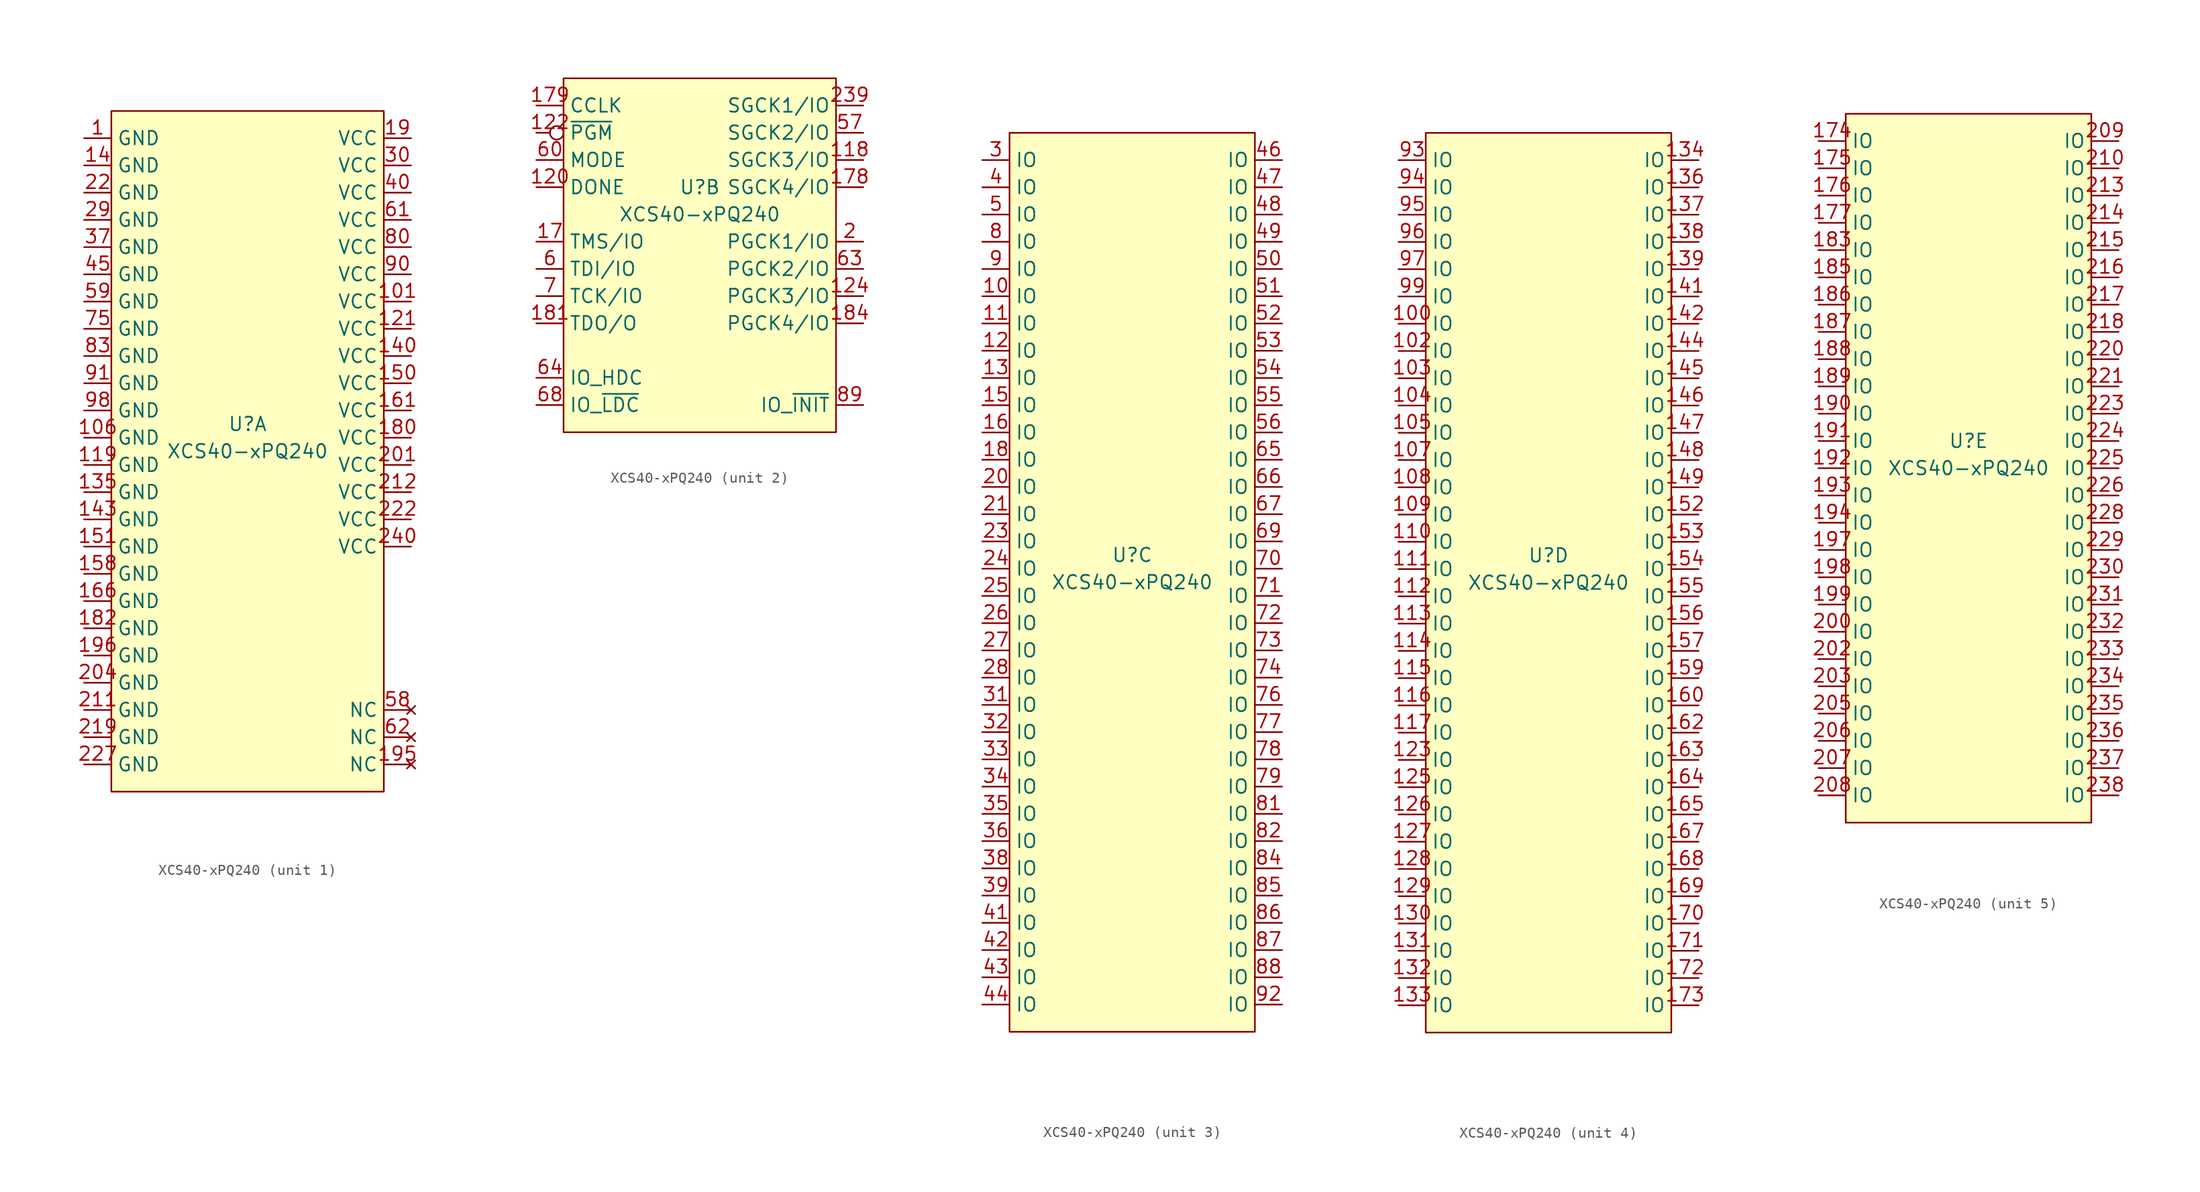
<source format=kicad_sym>
(kicad_symbol_lib
  (version 20220914)
  (generator kicad_symbol_editor)
  (symbol "XCS40-xPQ240"
    (property "Reference" "U"
      (at 0 2.54 0)
      (effects (font (size 1.27 1.27))))
    (property "Value" "XCS40-xPQ240"
      (at 0 0 0)
      (effects (font (size 1.27 1.27))))
    (property "ki_locked" ""
      (at 0 0 0)
      (effects (font (size 1.27 1.27))))
    (symbol "XCS40-xPQ240_1_0"
      (pin power_in line (at -15.24 29.21 0) (length 2.54) (name "GND" (effects (font (size 1.27 1.27)))) (number "1" (effects (font (size 1.27 1.27)))))
      (pin power_in line (at 15.24 13.97 180) (length 2.54) (name "VCC" (effects (font (size 1.27 1.27)))) (number "101" (effects (font (size 1.27 1.27)))))
      (pin power_in line (at -15.24 1.27 0) (length 2.54) (name "GND" (effects (font (size 1.27 1.27)))) (number "106" (effects (font (size 1.27 1.27)))))
      (pin power_in line (at -15.24 -1.27 0) (length 2.54) (name "GND" (effects (font (size 1.27 1.27)))) (number "119" (effects (font (size 1.27 1.27)))))
      (pin power_in line (at -15.24 26.67 0) (length 2.54) (name "GND" (effects (font (size 1.27 1.27)))) (number "14" (effects (font (size 1.27 1.27)))))
      (pin power_in line (at -15.24 -6.35 0) (length 2.54) (name "GND" (effects (font (size 1.27 1.27)))) (number "143" (effects (font (size 1.27 1.27)))))
      (pin power_in line (at -15.24 -8.89 0) (length 2.54) (name "GND" (effects (font (size 1.27 1.27)))) (number "151" (effects (font (size 1.27 1.27)))))
      (pin power_in line (at -15.24 -11.43 0) (length 2.54) (name "GND" (effects (font (size 1.27 1.27)))) (number "158" (effects (font (size 1.27 1.27)))))
      (pin power_in line (at 15.24 3.81 180) (length 2.54) (name "VCC" (effects (font (size 1.27 1.27)))) (number "161" (effects (font (size 1.27 1.27)))))
      (pin power_in line (at -15.24 -13.97 0) (length 2.54) (name "GND" (effects (font (size 1.27 1.27)))) (number "166" (effects (font (size 1.27 1.27)))))
      (pin power_in line (at 15.24 29.21 180) (length 2.54) (name "VCC" (effects (font (size 1.27 1.27)))) (number "19" (effects (font (size 1.27 1.27)))))
      (pin no_connect line (at 15.24 -29.21 180) (length 2.54) (name "NC" (effects (font (size 1.27 1.27)))) (number "195" (effects (font (size 1.27 1.27)))))
      (pin power_in line (at -15.24 -19.05 0) (length 2.54) (name "GND" (effects (font (size 1.27 1.27)))) (number "196" (effects (font (size 1.27 1.27)))))
      (pin power_in line (at 15.24 -1.27 180) (length 2.54) (name "VCC" (effects (font (size 1.27 1.27)))) (number "201" (effects (font (size 1.27 1.27)))))
      (pin power_in line (at -15.24 -21.59 0) (length 2.54) (name "GND" (effects (font (size 1.27 1.27)))) (number "204" (effects (font (size 1.27 1.27)))))
      (pin power_in line (at -15.24 -26.67 0) (length 2.54) (name "GND" (effects (font (size 1.27 1.27)))) (number "219" (effects (font (size 1.27 1.27)))))
      (pin power_in line (at 15.24 -6.35 180) (length 2.54) (name "VCC" (effects (font (size 1.27 1.27)))) (number "222" (effects (font (size 1.27 1.27)))))
      (pin power_in line (at -15.24 -29.21 0) (length 2.54) (name "GND" (effects (font (size 1.27 1.27)))) (number "227" (effects (font (size 1.27 1.27)))))
      (pin power_in line (at -15.24 21.59 0) (length 2.54) (name "GND" (effects (font (size 1.27 1.27)))) (number "29" (effects (font (size 1.27 1.27)))))
      (pin power_in line (at 15.24 26.67 180) (length 2.54) (name "VCC" (effects (font (size 1.27 1.27)))) (number "30" (effects (font (size 1.27 1.27)))))
      (pin power_in line (at 15.24 24.13 180) (length 2.54) (name "VCC" (effects (font (size 1.27 1.27)))) (number "40" (effects (font (size 1.27 1.27)))))
      (pin power_in line (at -15.24 16.51 0) (length 2.54) (name "GND" (effects (font (size 1.27 1.27)))) (number "45" (effects (font (size 1.27 1.27)))))
      (pin power_in line (at 15.24 21.59 180) (length 2.54) (name "VCC" (effects (font (size 1.27 1.27)))) (number "61" (effects (font (size 1.27 1.27)))))
      (pin no_connect line (at 15.24 -26.67 180) (length 2.54) (name "NC" (effects (font (size 1.27 1.27)))) (number "62" (effects (font (size 1.27 1.27)))))
      (pin power_in line (at -15.24 11.43 0) (length 2.54) (name "GND" (effects (font (size 1.27 1.27)))) (number "75" (effects (font (size 1.27 1.27)))))
      (pin power_in line (at 15.24 19.05 180) (length 2.54) (name "VCC" (effects (font (size 1.27 1.27)))) (number "80" (effects (font (size 1.27 1.27)))))
      (pin power_in line (at -15.24 8.89 0) (length 2.54) (name "GND" (effects (font (size 1.27 1.27)))) (number "83" (effects (font (size 1.27 1.27)))))
      (pin power_in line (at -15.24 3.81 0) (length 2.54) (name "GND" (effects (font (size 1.27 1.27)))) (number "98" (effects (font (size 1.27 1.27))))))
    (symbol "XCS40-xPQ240_1_1"
      (rectangle (start -12.7 31.75) (end 12.7 -31.75) (stroke (width 0) (type default)) (fill (type background)))
      (pin power_in line (at 15.24 11.43 180) (length 2.54) (name "VCC" (effects (font (size 1.27 1.27)))) (number "121" (effects (font (size 1.27 1.27)))))
      (pin power_in line (at -15.24 -3.81 0) (length 2.54) (name "GND" (effects (font (size 1.27 1.27)))) (number "135" (effects (font (size 1.27 1.27)))))
      (pin power_in line (at 15.24 8.89 180) (length 2.54) (name "VCC" (effects (font (size 1.27 1.27)))) (number "140" (effects (font (size 1.27 1.27)))))
      (pin power_in line (at 15.24 6.35 180) (length 2.54) (name "VCC" (effects (font (size 1.27 1.27)))) (number "150" (effects (font (size 1.27 1.27)))))
      (pin power_in line (at 15.24 1.27 180) (length 2.54) (name "VCC" (effects (font (size 1.27 1.27)))) (number "180" (effects (font (size 1.27 1.27)))))
      (pin power_in line (at -15.24 -16.51 0) (length 2.54) (name "GND" (effects (font (size 1.27 1.27)))) (number "182" (effects (font (size 1.27 1.27)))))
      (pin power_in line (at -15.24 -24.13 0) (length 2.54) (name "GND" (effects (font (size 1.27 1.27)))) (number "211" (effects (font (size 1.27 1.27)))))
      (pin power_in line (at 15.24 -3.81 180) (length 2.54) (name "VCC" (effects (font (size 1.27 1.27)))) (number "212" (effects (font (size 1.27 1.27)))))
      (pin power_in line (at -15.24 24.13 0) (length 2.54) (name "GND" (effects (font (size 1.27 1.27)))) (number "22" (effects (font (size 1.27 1.27)))))
      (pin power_in line (at 15.24 -8.89 180) (length 2.54) (name "VCC" (effects (font (size 1.27 1.27)))) (number "240" (effects (font (size 1.27 1.27)))))
      (pin power_in line (at -15.24 19.05 0) (length 2.54) (name "GND" (effects (font (size 1.27 1.27)))) (number "37" (effects (font (size 1.27 1.27)))))
      (pin no_connect line (at 15.24 -24.13 180) (length 2.54) (name "NC" (effects (font (size 1.27 1.27)))) (number "58" (effects (font (size 1.27 1.27)))))
      (pin power_in line (at -15.24 13.97 0) (length 2.54) (name "GND" (effects (font (size 1.27 1.27)))) (number "59" (effects (font (size 1.27 1.27)))))
      (pin power_in line (at 15.24 16.51 180) (length 2.54) (name "VCC" (effects (font (size 1.27 1.27)))) (number "90" (effects (font (size 1.27 1.27)))))
      (pin power_in line (at -15.24 6.35 0) (length 2.54) (name "GND" (effects (font (size 1.27 1.27)))) (number "91" (effects (font (size 1.27 1.27))))))
    (symbol "XCS40-xPQ240_2_0"
      (pin bidirectional line (at 15.24 5.08 180) (length 2.54) (name "SGCK3/IO" (effects (font (size 1.27 1.27)))) (number "118" (effects (font (size 1.27 1.27)))))
      (pin bidirectional line (at -15.24 2.54 0) (length 2.54) (name "DONE" (effects (font (size 1.27 1.27)))) (number "120" (effects (font (size 1.27 1.27)))))
      (pin bidirectional line (at -15.24 -2.54 0) (length 2.54) (name "TMS/IO" (effects (font (size 1.27 1.27)))) (number "17" (effects (font (size 1.27 1.27)))))
      (pin bidirectional line (at 15.24 -10.16 180) (length 2.54) (name "PGCK4/IO" (effects (font (size 1.27 1.27)))) (number "184" (effects (font (size 1.27 1.27)))))
      (pin bidirectional line (at -15.24 -5.08 0) (length 2.54) (name "TDI/IO" (effects (font (size 1.27 1.27)))) (number "6" (effects (font (size 1.27 1.27)))))
      (pin bidirectional line (at 15.24 -5.08 180) (length 2.54) (name "PGCK2/IO" (effects (font (size 1.27 1.27)))) (number "63" (effects (font (size 1.27 1.27)))))
      (pin bidirectional line (at -15.24 -15.24 0) (length 2.54) (name "IO_HDC" (effects (font (size 1.27 1.27)))) (number "64" (effects (font (size 1.27 1.27)))))
      (pin bidirectional line (at -15.24 -17.78 0) (length 2.54) (name "IO_~{LDC}" (effects (font (size 1.27 1.27)))) (number "68" (effects (font (size 1.27 1.27)))))
      (pin bidirectional line (at -15.24 -7.62 0) (length 2.54) (name "TCK/IO" (effects (font (size 1.27 1.27)))) (number "7" (effects (font (size 1.27 1.27))))))
    (symbol "XCS40-xPQ240_2_1"
      (rectangle (start -12.7 12.7) (end 12.7 -20.32) (stroke (width 0) (type default)) (fill (type background)))
      (pin input inverted (at -15.24 7.62 0) (length 2.54) (name "~{PGM}" (effects (font (size 1.27 1.27)))) (number "122" (effects (font (size 1.27 1.27)))))
      (pin bidirectional line (at 15.24 -7.62 180) (length 2.54) (name "PGCK3/IO" (effects (font (size 1.27 1.27)))) (number "124" (effects (font (size 1.27 1.27)))))
      (pin bidirectional line (at 15.24 2.54 180) (length 2.54) (name "SGCK4/IO" (effects (font (size 1.27 1.27)))) (number "178" (effects (font (size 1.27 1.27)))))
      (pin bidirectional line (at -15.24 10.16 0) (length 2.54) (name "CCLK" (effects (font (size 1.27 1.27)))) (number "179" (effects (font (size 1.27 1.27)))))
      (pin output line (at -15.24 -10.16 0) (length 2.54) (name "TDO/O" (effects (font (size 1.27 1.27)))) (number "181" (effects (font (size 1.27 1.27)))))
      (pin bidirectional line (at 15.24 -2.54 180) (length 2.54) (name "PGCK1/IO" (effects (font (size 1.27 1.27)))) (number "2" (effects (font (size 1.27 1.27)))))
      (pin bidirectional line (at 15.24 10.16 180) (length 2.54) (name "SGCK1/IO" (effects (font (size 1.27 1.27)))) (number "239" (effects (font (size 1.27 1.27)))))
      (pin bidirectional line (at 15.24 7.62 180) (length 2.54) (name "SGCK2/IO" (effects (font (size 1.27 1.27)))) (number "57" (effects (font (size 1.27 1.27)))))
      (pin input line (at -15.24 5.08 0) (length 2.54) (name "MODE" (effects (font (size 1.27 1.27)))) (number "60" (effects (font (size 1.27 1.27)))))
      (pin bidirectional line (at 15.24 -17.78 180) (length 2.54) (name "IO_~{INIT}" (effects (font (size 1.27 1.27)))) (number "89" (effects (font (size 1.27 1.27))))))
    (symbol "XCS40-xPQ240_3_0"
      (pin bidirectional line (at -13.97 21.59 0) (length 2.54) (name "IO" (effects (font (size 1.27 1.27)))) (number "12" (effects (font (size 1.27 1.27)))))
      (pin bidirectional line (at -13.97 19.05 0) (length 2.54) (name "IO" (effects (font (size 1.27 1.27)))) (number "13" (effects (font (size 1.27 1.27)))))
      (pin bidirectional line (at -13.97 16.51 0) (length 2.54) (name "IO" (effects (font (size 1.27 1.27)))) (number "15" (effects (font (size 1.27 1.27)))))
      (pin bidirectional line (at -13.97 11.43 0) (length 2.54) (name "IO" (effects (font (size 1.27 1.27)))) (number "18" (effects (font (size 1.27 1.27)))))
      (pin bidirectional line (at -13.97 6.35 0) (length 2.54) (name "IO" (effects (font (size 1.27 1.27)))) (number "21" (effects (font (size 1.27 1.27)))))
      (pin bidirectional line (at -13.97 1.27 0) (length 2.54) (name "IO" (effects (font (size 1.27 1.27)))) (number "24" (effects (font (size 1.27 1.27)))))
      (pin bidirectional line (at -13.97 -1.27 0) (length 2.54) (name "IO" (effects (font (size 1.27 1.27)))) (number "25" (effects (font (size 1.27 1.27)))))
      (pin bidirectional line (at -13.97 -8.89 0) (length 2.54) (name "IO" (effects (font (size 1.27 1.27)))) (number "28" (effects (font (size 1.27 1.27)))))
      (pin bidirectional line (at -13.97 -11.43 0) (length 2.54) (name "IO" (effects (font (size 1.27 1.27)))) (number "31" (effects (font (size 1.27 1.27)))))
      (pin bidirectional line (at -13.97 -16.51 0) (length 2.54) (name "IO" (effects (font (size 1.27 1.27)))) (number "33" (effects (font (size 1.27 1.27)))))
      (pin bidirectional line (at -13.97 -19.05 0) (length 2.54) (name "IO" (effects (font (size 1.27 1.27)))) (number "34" (effects (font (size 1.27 1.27)))))
      (pin bidirectional line (at -13.97 -21.59 0) (length 2.54) (name "IO" (effects (font (size 1.27 1.27)))) (number "35" (effects (font (size 1.27 1.27)))))
      (pin bidirectional line (at -13.97 -24.13 0) (length 2.54) (name "IO" (effects (font (size 1.27 1.27)))) (number "36" (effects (font (size 1.27 1.27)))))
      (pin bidirectional line (at -13.97 -26.67 0) (length 2.54) (name "IO" (effects (font (size 1.27 1.27)))) (number "38" (effects (font (size 1.27 1.27)))))
      (pin bidirectional line (at -13.97 -29.21 0) (length 2.54) (name "IO" (effects (font (size 1.27 1.27)))) (number "39" (effects (font (size 1.27 1.27)))))
      (pin bidirectional line (at -13.97 -31.75 0) (length 2.54) (name "IO" (effects (font (size 1.27 1.27)))) (number "41" (effects (font (size 1.27 1.27)))))
      (pin bidirectional line (at -13.97 -36.83 0) (length 2.54) (name "IO" (effects (font (size 1.27 1.27)))) (number "43" (effects (font (size 1.27 1.27)))))
      (pin bidirectional line (at -13.97 -39.37 0) (length 2.54) (name "IO" (effects (font (size 1.27 1.27)))) (number "44" (effects (font (size 1.27 1.27)))))
      (pin bidirectional line (at 13.97 39.37 180) (length 2.54) (name "IO" (effects (font (size 1.27 1.27)))) (number "46" (effects (font (size 1.27 1.27)))))
      (pin bidirectional line (at 13.97 34.29 180) (length 2.54) (name "IO" (effects (font (size 1.27 1.27)))) (number "48" (effects (font (size 1.27 1.27)))))
      (pin bidirectional line (at 13.97 31.75 180) (length 2.54) (name "IO" (effects (font (size 1.27 1.27)))) (number "49" (effects (font (size 1.27 1.27)))))
      (pin bidirectional line (at 13.97 29.21 180) (length 2.54) (name "IO" (effects (font (size 1.27 1.27)))) (number "50" (effects (font (size 1.27 1.27)))))
      (pin bidirectional line (at 13.97 26.67 180) (length 2.54) (name "IO" (effects (font (size 1.27 1.27)))) (number "51" (effects (font (size 1.27 1.27)))))
      (pin bidirectional line (at 13.97 21.59 180) (length 2.54) (name "IO" (effects (font (size 1.27 1.27)))) (number "53" (effects (font (size 1.27 1.27)))))
      (pin bidirectional line (at 13.97 19.05 180) (length 2.54) (name "IO" (effects (font (size 1.27 1.27)))) (number "54" (effects (font (size 1.27 1.27)))))
      (pin bidirectional line (at 13.97 16.51 180) (length 2.54) (name "IO" (effects (font (size 1.27 1.27)))) (number "55" (effects (font (size 1.27 1.27)))))
      (pin bidirectional line (at 13.97 13.97 180) (length 2.54) (name "IO" (effects (font (size 1.27 1.27)))) (number "56" (effects (font (size 1.27 1.27)))))
      (pin bidirectional line (at 13.97 11.43 180) (length 2.54) (name "IO" (effects (font (size 1.27 1.27)))) (number "65" (effects (font (size 1.27 1.27)))))
      (pin bidirectional line (at 13.97 8.89 180) (length 2.54) (name "IO" (effects (font (size 1.27 1.27)))) (number "66" (effects (font (size 1.27 1.27)))))
      (pin bidirectional line (at 13.97 6.35 180) (length 2.54) (name "IO" (effects (font (size 1.27 1.27)))) (number "67" (effects (font (size 1.27 1.27)))))
      (pin bidirectional line (at 13.97 1.27 180) (length 2.54) (name "IO" (effects (font (size 1.27 1.27)))) (number "70" (effects (font (size 1.27 1.27)))))
      (pin bidirectional line (at 13.97 -1.27 180) (length 2.54) (name "IO" (effects (font (size 1.27 1.27)))) (number "71" (effects (font (size 1.27 1.27)))))
      (pin bidirectional line (at 13.97 -3.81 180) (length 2.54) (name "IO" (effects (font (size 1.27 1.27)))) (number "72" (effects (font (size 1.27 1.27)))))
      (pin bidirectional line (at 13.97 -8.89 180) (length 2.54) (name "IO" (effects (font (size 1.27 1.27)))) (number "74" (effects (font (size 1.27 1.27)))))
      (pin bidirectional line (at 13.97 -16.51 180) (length 2.54) (name "IO" (effects (font (size 1.27 1.27)))) (number "78" (effects (font (size 1.27 1.27)))))
      (pin bidirectional line (at 13.97 -19.05 180) (length 2.54) (name "IO" (effects (font (size 1.27 1.27)))) (number "79" (effects (font (size 1.27 1.27)))))
      (pin bidirectional line (at -13.97 31.75 0) (length 2.54) (name "IO" (effects (font (size 1.27 1.27)))) (number "8" (effects (font (size 1.27 1.27)))))
      (pin bidirectional line (at 13.97 -21.59 180) (length 2.54) (name "IO" (effects (font (size 1.27 1.27)))) (number "81" (effects (font (size 1.27 1.27)))))
      (pin bidirectional line (at 13.97 -24.13 180) (length 2.54) (name "IO" (effects (font (size 1.27 1.27)))) (number "82" (effects (font (size 1.27 1.27)))))
      (pin bidirectional line (at 13.97 -26.67 180) (length 2.54) (name "IO" (effects (font (size 1.27 1.27)))) (number "84" (effects (font (size 1.27 1.27)))))
      (pin bidirectional line (at 13.97 -31.75 180) (length 2.54) (name "IO" (effects (font (size 1.27 1.27)))) (number "86" (effects (font (size 1.27 1.27)))))
      (pin bidirectional line (at 13.97 -34.29 180) (length 2.54) (name "IO" (effects (font (size 1.27 1.27)))) (number "87" (effects (font (size 1.27 1.27)))))
      (pin bidirectional line (at 13.97 -36.83 180) (length 2.54) (name "IO" (effects (font (size 1.27 1.27)))) (number "88" (effects (font (size 1.27 1.27)))))
      (pin bidirectional line (at -13.97 29.21 0) (length 2.54) (name "IO" (effects (font (size 1.27 1.27)))) (number "9" (effects (font (size 1.27 1.27))))))
    (symbol "XCS40-xPQ240_3_1"
      (rectangle (start -11.43 41.91) (end 11.43 -41.91) (stroke (width 0) (type default)) (fill (type background)))
      (pin bidirectional line (at -13.97 26.67 0) (length 2.54) (name "IO" (effects (font (size 1.27 1.27)))) (number "10" (effects (font (size 1.27 1.27)))))
      (pin bidirectional line (at -13.97 24.13 0) (length 2.54) (name "IO" (effects (font (size 1.27 1.27)))) (number "11" (effects (font (size 1.27 1.27)))))
      (pin bidirectional line (at -13.97 13.97 0) (length 2.54) (name "IO" (effects (font (size 1.27 1.27)))) (number "16" (effects (font (size 1.27 1.27)))))
      (pin bidirectional line (at -13.97 8.89 0) (length 2.54) (name "IO" (effects (font (size 1.27 1.27)))) (number "20" (effects (font (size 1.27 1.27)))))
      (pin bidirectional line (at -13.97 3.81 0) (length 2.54) (name "IO" (effects (font (size 1.27 1.27)))) (number "23" (effects (font (size 1.27 1.27)))))
      (pin bidirectional line (at -13.97 -3.81 0) (length 2.54) (name "IO" (effects (font (size 1.27 1.27)))) (number "26" (effects (font (size 1.27 1.27)))))
      (pin bidirectional line (at -13.97 -6.35 0) (length 2.54) (name "IO" (effects (font (size 1.27 1.27)))) (number "27" (effects (font (size 1.27 1.27)))))
      (pin bidirectional line (at -13.97 39.37 0) (length 2.54) (name "IO" (effects (font (size 1.27 1.27)))) (number "3" (effects (font (size 1.27 1.27)))))
      (pin bidirectional line (at -13.97 -13.97 0) (length 2.54) (name "IO" (effects (font (size 1.27 1.27)))) (number "32" (effects (font (size 1.27 1.27)))))
      (pin bidirectional line (at -13.97 36.83 0) (length 2.54) (name "IO" (effects (font (size 1.27 1.27)))) (number "4" (effects (font (size 1.27 1.27)))))
      (pin bidirectional line (at -13.97 -34.29 0) (length 2.54) (name "IO" (effects (font (size 1.27 1.27)))) (number "42" (effects (font (size 1.27 1.27)))))
      (pin bidirectional line (at 13.97 36.83 180) (length 2.54) (name "IO" (effects (font (size 1.27 1.27)))) (number "47" (effects (font (size 1.27 1.27)))))
      (pin bidirectional line (at -13.97 34.29 0) (length 2.54) (name "IO" (effects (font (size 1.27 1.27)))) (number "5" (effects (font (size 1.27 1.27)))))
      (pin bidirectional line (at 13.97 24.13 180) (length 2.54) (name "IO" (effects (font (size 1.27 1.27)))) (number "52" (effects (font (size 1.27 1.27)))))
      (pin bidirectional line (at 13.97 3.81 180) (length 2.54) (name "IO" (effects (font (size 1.27 1.27)))) (number "69" (effects (font (size 1.27 1.27)))))
      (pin bidirectional line (at 13.97 -6.35 180) (length 2.54) (name "IO" (effects (font (size 1.27 1.27)))) (number "73" (effects (font (size 1.27 1.27)))))
      (pin bidirectional line (at 13.97 -11.43 180) (length 2.54) (name "IO" (effects (font (size 1.27 1.27)))) (number "76" (effects (font (size 1.27 1.27)))))
      (pin bidirectional line (at 13.97 -13.97 180) (length 2.54) (name "IO" (effects (font (size 1.27 1.27)))) (number "77" (effects (font (size 1.27 1.27)))))
      (pin bidirectional line (at 13.97 -29.21 180) (length 2.54) (name "IO" (effects (font (size 1.27 1.27)))) (number "85" (effects (font (size 1.27 1.27)))))
      (pin bidirectional line (at 13.97 -39.37 180) (length 2.54) (name "IO" (effects (font (size 1.27 1.27)))) (number "92" (effects (font (size 1.27 1.27))))))
    (symbol "XCS40-xPQ240_4_0"
      (pin bidirectional line (at -13.97 24.13 0) (length 2.54) (name "IO" (effects (font (size 1.27 1.27)))) (number "100" (effects (font (size 1.27 1.27)))))
      (pin bidirectional line (at -13.97 21.59 0) (length 2.54) (name "IO" (effects (font (size 1.27 1.27)))) (number "102" (effects (font (size 1.27 1.27)))))
      (pin bidirectional line (at -13.97 19.05 0) (length 2.54) (name "IO" (effects (font (size 1.27 1.27)))) (number "103" (effects (font (size 1.27 1.27)))))
      (pin bidirectional line (at -13.97 13.97 0) (length 2.54) (name "IO" (effects (font (size 1.27 1.27)))) (number "105" (effects (font (size 1.27 1.27)))))
      (pin bidirectional line (at -13.97 11.43 0) (length 2.54) (name "IO" (effects (font (size 1.27 1.27)))) (number "107" (effects (font (size 1.27 1.27)))))
      (pin bidirectional line (at -13.97 8.89 0) (length 2.54) (name "IO" (effects (font (size 1.27 1.27)))) (number "108" (effects (font (size 1.27 1.27)))))
      (pin bidirectional line (at -13.97 6.35 0) (length 2.54) (name "IO" (effects (font (size 1.27 1.27)))) (number "109" (effects (font (size 1.27 1.27)))))
      (pin bidirectional line (at -13.97 3.81 0) (length 2.54) (name "IO" (effects (font (size 1.27 1.27)))) (number "110" (effects (font (size 1.27 1.27)))))
      (pin bidirectional line (at -13.97 1.27 0) (length 2.54) (name "IO" (effects (font (size 1.27 1.27)))) (number "111" (effects (font (size 1.27 1.27)))))
      (pin bidirectional line (at -13.97 -3.81 0) (length 2.54) (name "IO" (effects (font (size 1.27 1.27)))) (number "113" (effects (font (size 1.27 1.27)))))
      (pin bidirectional line (at -13.97 -6.35 0) (length 2.54) (name "IO" (effects (font (size 1.27 1.27)))) (number "114" (effects (font (size 1.27 1.27)))))
      (pin bidirectional line (at -13.97 -8.89 0) (length 2.54) (name "IO" (effects (font (size 1.27 1.27)))) (number "115" (effects (font (size 1.27 1.27)))))
      (pin bidirectional line (at -13.97 -11.43 0) (length 2.54) (name "IO" (effects (font (size 1.27 1.27)))) (number "116" (effects (font (size 1.27 1.27)))))
      (pin bidirectional line (at -13.97 -13.97 0) (length 2.54) (name "IO" (effects (font (size 1.27 1.27)))) (number "117" (effects (font (size 1.27 1.27)))))
      (pin bidirectional line (at -13.97 -21.59 0) (length 2.54) (name "IO" (effects (font (size 1.27 1.27)))) (number "126" (effects (font (size 1.27 1.27)))))
      (pin bidirectional line (at -13.97 -24.13 0) (length 2.54) (name "IO" (effects (font (size 1.27 1.27)))) (number "127" (effects (font (size 1.27 1.27)))))
      (pin bidirectional line (at -13.97 -26.67 0) (length 2.54) (name "IO" (effects (font (size 1.27 1.27)))) (number "128" (effects (font (size 1.27 1.27)))))
      (pin bidirectional line (at -13.97 -29.21 0) (length 2.54) (name "IO" (effects (font (size 1.27 1.27)))) (number "129" (effects (font (size 1.27 1.27)))))
      (pin bidirectional line (at -13.97 -34.29 0) (length 2.54) (name "IO" (effects (font (size 1.27 1.27)))) (number "131" (effects (font (size 1.27 1.27)))))
      (pin bidirectional line (at -13.97 -36.83 0) (length 2.54) (name "IO" (effects (font (size 1.27 1.27)))) (number "132" (effects (font (size 1.27 1.27)))))
      (pin bidirectional line (at -13.97 -39.37 0) (length 2.54) (name "IO" (effects (font (size 1.27 1.27)))) (number "133" (effects (font (size 1.27 1.27)))))
      (pin bidirectional line (at 13.97 39.37 180) (length 2.54) (name "IO" (effects (font (size 1.27 1.27)))) (number "134" (effects (font (size 1.27 1.27)))))
      (pin bidirectional line (at 13.97 36.83 180) (length 2.54) (name "IO" (effects (font (size 1.27 1.27)))) (number "136" (effects (font (size 1.27 1.27)))))
      (pin bidirectional line (at 13.97 34.29 180) (length 2.54) (name "IO" (effects (font (size 1.27 1.27)))) (number "137" (effects (font (size 1.27 1.27)))))
      (pin bidirectional line (at 13.97 31.75 180) (length 2.54) (name "IO" (effects (font (size 1.27 1.27)))) (number "138" (effects (font (size 1.27 1.27)))))
      (pin bidirectional line (at 13.97 29.21 180) (length 2.54) (name "IO" (effects (font (size 1.27 1.27)))) (number "139" (effects (font (size 1.27 1.27)))))
      (pin bidirectional line (at 13.97 26.67 180) (length 2.54) (name "IO" (effects (font (size 1.27 1.27)))) (number "141" (effects (font (size 1.27 1.27)))))
      (pin bidirectional line (at 13.97 24.13 180) (length 2.54) (name "IO" (effects (font (size 1.27 1.27)))) (number "142" (effects (font (size 1.27 1.27)))))
      (pin bidirectional line (at 13.97 21.59 180) (length 2.54) (name "IO" (effects (font (size 1.27 1.27)))) (number "144" (effects (font (size 1.27 1.27)))))
      (pin bidirectional line (at 13.97 16.51 180) (length 2.54) (name "IO" (effects (font (size 1.27 1.27)))) (number "146" (effects (font (size 1.27 1.27)))))
      (pin bidirectional line (at 13.97 13.97 180) (length 2.54) (name "IO" (effects (font (size 1.27 1.27)))) (number "147" (effects (font (size 1.27 1.27)))))
      (pin bidirectional line (at 13.97 11.43 180) (length 2.54) (name "IO" (effects (font (size 1.27 1.27)))) (number "148" (effects (font (size 1.27 1.27)))))
      (pin bidirectional line (at 13.97 8.89 180) (length 2.54) (name "IO" (effects (font (size 1.27 1.27)))) (number "149" (effects (font (size 1.27 1.27)))))
      (pin bidirectional line (at 13.97 6.35 180) (length 2.54) (name "IO" (effects (font (size 1.27 1.27)))) (number "152" (effects (font (size 1.27 1.27)))))
      (pin bidirectional line (at 13.97 3.81 180) (length 2.54) (name "IO" (effects (font (size 1.27 1.27)))) (number "153" (effects (font (size 1.27 1.27)))))
      (pin bidirectional line (at 13.97 1.27 180) (length 2.54) (name "IO" (effects (font (size 1.27 1.27)))) (number "154" (effects (font (size 1.27 1.27)))))
      (pin bidirectional line (at 13.97 -3.81 180) (length 2.54) (name "IO" (effects (font (size 1.27 1.27)))) (number "156" (effects (font (size 1.27 1.27)))))
      (pin bidirectional line (at 13.97 -6.35 180) (length 2.54) (name "IO" (effects (font (size 1.27 1.27)))) (number "157" (effects (font (size 1.27 1.27)))))
      (pin bidirectional line (at 13.97 -13.97 180) (length 2.54) (name "IO" (effects (font (size 1.27 1.27)))) (number "162" (effects (font (size 1.27 1.27)))))
      (pin bidirectional line (at 13.97 -16.51 180) (length 2.54) (name "IO" (effects (font (size 1.27 1.27)))) (number "163" (effects (font (size 1.27 1.27)))))
      (pin bidirectional line (at 13.97 -19.05 180) (length 2.54) (name "IO" (effects (font (size 1.27 1.27)))) (number "164" (effects (font (size 1.27 1.27)))))
      (pin bidirectional line (at 13.97 -24.13 180) (length 2.54) (name "IO" (effects (font (size 1.27 1.27)))) (number "167" (effects (font (size 1.27 1.27)))))
      (pin bidirectional line (at 13.97 -26.67 180) (length 2.54) (name "IO" (effects (font (size 1.27 1.27)))) (number "168" (effects (font (size 1.27 1.27)))))
      (pin bidirectional line (at 13.97 -29.21 180) (length 2.54) (name "IO" (effects (font (size 1.27 1.27)))) (number "169" (effects (font (size 1.27 1.27)))))
      (pin bidirectional line (at 13.97 -34.29 180) (length 2.54) (name "IO" (effects (font (size 1.27 1.27)))) (number "171" (effects (font (size 1.27 1.27)))))
      (pin bidirectional line (at 13.97 -36.83 180) (length 2.54) (name "IO" (effects (font (size 1.27 1.27)))) (number "172" (effects (font (size 1.27 1.27)))))
      (pin bidirectional line (at 13.97 -39.37 180) (length 2.54) (name "IO" (effects (font (size 1.27 1.27)))) (number "173" (effects (font (size 1.27 1.27)))))
      (pin bidirectional line (at -13.97 36.83 0) (length 2.54) (name "IO" (effects (font (size 1.27 1.27)))) (number "94" (effects (font (size 1.27 1.27)))))
      (pin bidirectional line (at -13.97 34.29 0) (length 2.54) (name "IO" (effects (font (size 1.27 1.27)))) (number "95" (effects (font (size 1.27 1.27)))))
      (pin bidirectional line (at -13.97 29.21 0) (length 2.54) (name "IO" (effects (font (size 1.27 1.27)))) (number "97" (effects (font (size 1.27 1.27)))))
      (pin bidirectional line (at -13.97 26.67 0) (length 2.54) (name "IO" (effects (font (size 1.27 1.27)))) (number "99" (effects (font (size 1.27 1.27))))))
    (symbol "XCS40-xPQ240_4_1"
      (rectangle (start -11.43 41.91) (end 11.43 -41.91) (stroke (width 0) (type default)) (fill (type background)))
      (pin bidirectional line (at -13.97 16.51 0) (length 2.54) (name "IO" (effects (font (size 1.27 1.27)))) (number "104" (effects (font (size 1.27 1.27)))))
      (pin bidirectional line (at -13.97 -1.27 0) (length 2.54) (name "IO" (effects (font (size 1.27 1.27)))) (number "112" (effects (font (size 1.27 1.27)))))
      (pin bidirectional line (at -13.97 -16.51 0) (length 2.54) (name "IO" (effects (font (size 1.27 1.27)))) (number "123" (effects (font (size 1.27 1.27)))))
      (pin bidirectional line (at -13.97 -19.05 0) (length 2.54) (name "IO" (effects (font (size 1.27 1.27)))) (number "125" (effects (font (size 1.27 1.27)))))
      (pin bidirectional line (at -13.97 -31.75 0) (length 2.54) (name "IO" (effects (font (size 1.27 1.27)))) (number "130" (effects (font (size 1.27 1.27)))))
      (pin bidirectional line (at 13.97 19.05 180) (length 2.54) (name "IO" (effects (font (size 1.27 1.27)))) (number "145" (effects (font (size 1.27 1.27)))))
      (pin bidirectional line (at 13.97 -1.27 180) (length 2.54) (name "IO" (effects (font (size 1.27 1.27)))) (number "155" (effects (font (size 1.27 1.27)))))
      (pin bidirectional line (at 13.97 -8.89 180) (length 2.54) (name "IO" (effects (font (size 1.27 1.27)))) (number "159" (effects (font (size 1.27 1.27)))))
      (pin bidirectional line (at 13.97 -11.43 180) (length 2.54) (name "IO" (effects (font (size 1.27 1.27)))) (number "160" (effects (font (size 1.27 1.27)))))
      (pin bidirectional line (at 13.97 -21.59 180) (length 2.54) (name "IO" (effects (font (size 1.27 1.27)))) (number "165" (effects (font (size 1.27 1.27)))))
      (pin bidirectional line (at 13.97 -31.75 180) (length 2.54) (name "IO" (effects (font (size 1.27 1.27)))) (number "170" (effects (font (size 1.27 1.27)))))
      (pin bidirectional line (at -13.97 39.37 0) (length 2.54) (name "IO" (effects (font (size 1.27 1.27)))) (number "93" (effects (font (size 1.27 1.27)))))
      (pin bidirectional line (at -13.97 31.75 0) (length 2.54) (name "IO" (effects (font (size 1.27 1.27)))) (number "96" (effects (font (size 1.27 1.27))))))
    (symbol "XCS40-xPQ240_5_0"
      (pin bidirectional line (at -13.97 30.48 0) (length 2.54) (name "IO" (effects (font (size 1.27 1.27)))) (number "174" (effects (font (size 1.27 1.27)))))
      (pin bidirectional line (at -13.97 27.94 0) (length 2.54) (name "IO" (effects (font (size 1.27 1.27)))) (number "175" (effects (font (size 1.27 1.27)))))
      (pin bidirectional line (at -13.97 12.7 0) (length 2.54) (name "IO" (effects (font (size 1.27 1.27)))) (number "187" (effects (font (size 1.27 1.27)))))
      (pin bidirectional line (at -13.97 2.54 0) (length 2.54) (name "IO" (effects (font (size 1.27 1.27)))) (number "191" (effects (font (size 1.27 1.27)))))
      (pin bidirectional line (at -13.97 0 0) (length 2.54) (name "IO" (effects (font (size 1.27 1.27)))) (number "192" (effects (font (size 1.27 1.27)))))
      (pin bidirectional line (at -13.97 -2.54 0) (length 2.54) (name "IO" (effects (font (size 1.27 1.27)))) (number "193" (effects (font (size 1.27 1.27)))))
      (pin bidirectional line (at -13.97 -5.08 0) (length 2.54) (name "IO" (effects (font (size 1.27 1.27)))) (number "194" (effects (font (size 1.27 1.27)))))
      (pin bidirectional line (at -13.97 -10.16 0) (length 2.54) (name "IO" (effects (font (size 1.27 1.27)))) (number "198" (effects (font (size 1.27 1.27)))))
      (pin bidirectional line (at -13.97 -12.7 0) (length 2.54) (name "IO" (effects (font (size 1.27 1.27)))) (number "199" (effects (font (size 1.27 1.27)))))
      (pin bidirectional line (at -13.97 -15.24 0) (length 2.54) (name "IO" (effects (font (size 1.27 1.27)))) (number "200" (effects (font (size 1.27 1.27)))))
      (pin bidirectional line (at -13.97 -17.78 0) (length 2.54) (name "IO" (effects (font (size 1.27 1.27)))) (number "202" (effects (font (size 1.27 1.27)))))
      (pin bidirectional line (at -13.97 -20.32 0) (length 2.54) (name "IO" (effects (font (size 1.27 1.27)))) (number "203" (effects (font (size 1.27 1.27)))))
      (pin bidirectional line (at -13.97 -25.4 0) (length 2.54) (name "IO" (effects (font (size 1.27 1.27)))) (number "206" (effects (font (size 1.27 1.27)))))
      (pin bidirectional line (at -13.97 -27.94 0) (length 2.54) (name "IO" (effects (font (size 1.27 1.27)))) (number "207" (effects (font (size 1.27 1.27)))))
      (pin bidirectional line (at -13.97 -30.48 0) (length 2.54) (name "IO" (effects (font (size 1.27 1.27)))) (number "208" (effects (font (size 1.27 1.27)))))
      (pin bidirectional line (at 13.97 22.86 180) (length 2.54) (name "IO" (effects (font (size 1.27 1.27)))) (number "214" (effects (font (size 1.27 1.27)))))
      (pin bidirectional line (at 13.97 20.32 180) (length 2.54) (name "IO" (effects (font (size 1.27 1.27)))) (number "215" (effects (font (size 1.27 1.27)))))
      (pin bidirectional line (at 13.97 15.24 180) (length 2.54) (name "IO" (effects (font (size 1.27 1.27)))) (number "217" (effects (font (size 1.27 1.27)))))
      (pin bidirectional line (at 13.97 12.7 180) (length 2.54) (name "IO" (effects (font (size 1.27 1.27)))) (number "218" (effects (font (size 1.27 1.27)))))
      (pin bidirectional line (at 13.97 10.16 180) (length 2.54) (name "IO" (effects (font (size 1.27 1.27)))) (number "220" (effects (font (size 1.27 1.27)))))
      (pin bidirectional line (at 13.97 7.62 180) (length 2.54) (name "IO" (effects (font (size 1.27 1.27)))) (number "221" (effects (font (size 1.27 1.27)))))
      (pin bidirectional line (at 13.97 5.08 180) (length 2.54) (name "IO" (effects (font (size 1.27 1.27)))) (number "223" (effects (font (size 1.27 1.27)))))
      (pin bidirectional line (at 13.97 0 180) (length 2.54) (name "IO" (effects (font (size 1.27 1.27)))) (number "225" (effects (font (size 1.27 1.27)))))
      (pin bidirectional line (at 13.97 -2.54 180) (length 2.54) (name "IO" (effects (font (size 1.27 1.27)))) (number "226" (effects (font (size 1.27 1.27)))))
      (pin bidirectional line (at 13.97 -5.08 180) (length 2.54) (name "IO" (effects (font (size 1.27 1.27)))) (number "228" (effects (font (size 1.27 1.27)))))
      (pin bidirectional line (at 13.97 -7.62 180) (length 2.54) (name "IO" (effects (font (size 1.27 1.27)))) (number "229" (effects (font (size 1.27 1.27)))))
      (pin bidirectional line (at 13.97 -10.16 180) (length 2.54) (name "IO" (effects (font (size 1.27 1.27)))) (number "230" (effects (font (size 1.27 1.27)))))
      (pin bidirectional line (at 13.97 -12.7 180) (length 2.54) (name "IO" (effects (font (size 1.27 1.27)))) (number "231" (effects (font (size 1.27 1.27)))))
      (pin bidirectional line (at 13.97 -17.78 180) (length 2.54) (name "IO" (effects (font (size 1.27 1.27)))) (number "233" (effects (font (size 1.27 1.27)))))
      (pin bidirectional line (at 13.97 -20.32 180) (length 2.54) (name "IO" (effects (font (size 1.27 1.27)))) (number "234" (effects (font (size 1.27 1.27)))))
      (pin bidirectional line (at 13.97 -22.86 180) (length 2.54) (name "IO" (effects (font (size 1.27 1.27)))) (number "235" (effects (font (size 1.27 1.27)))))
      (pin bidirectional line (at 13.97 -27.94 180) (length 2.54) (name "IO" (effects (font (size 1.27 1.27)))) (number "237" (effects (font (size 1.27 1.27))))))
    (symbol "XCS40-xPQ240_5_1"
      (rectangle (start -11.43 33.02) (end 11.43 -33.02) (stroke (width 0) (type default)) (fill (type background)))
      (pin bidirectional line (at -13.97 25.4 0) (length 2.54) (name "IO" (effects (font (size 1.27 1.27)))) (number "176" (effects (font (size 1.27 1.27)))))
      (pin bidirectional line (at -13.97 22.86 0) (length 2.54) (name "IO" (effects (font (size 1.27 1.27)))) (number "177" (effects (font (size 1.27 1.27)))))
      (pin bidirectional line (at -13.97 20.32 0) (length 2.54) (name "IO" (effects (font (size 1.27 1.27)))) (number "183" (effects (font (size 1.27 1.27)))))
      (pin bidirectional line (at -13.97 17.78 0) (length 2.54) (name "IO" (effects (font (size 1.27 1.27)))) (number "185" (effects (font (size 1.27 1.27)))))
      (pin bidirectional line (at -13.97 15.24 0) (length 2.54) (name "IO" (effects (font (size 1.27 1.27)))) (number "186" (effects (font (size 1.27 1.27)))))
      (pin bidirectional line (at -13.97 10.16 0) (length 2.54) (name "IO" (effects (font (size 1.27 1.27)))) (number "188" (effects (font (size 1.27 1.27)))))
      (pin bidirectional line (at -13.97 7.62 0) (length 2.54) (name "IO" (effects (font (size 1.27 1.27)))) (number "189" (effects (font (size 1.27 1.27)))))
      (pin bidirectional line (at -13.97 5.08 0) (length 2.54) (name "IO" (effects (font (size 1.27 1.27)))) (number "190" (effects (font (size 1.27 1.27)))))
      (pin bidirectional line (at -13.97 -7.62 0) (length 2.54) (name "IO" (effects (font (size 1.27 1.27)))) (number "197" (effects (font (size 1.27 1.27)))))
      (pin bidirectional line (at -13.97 -22.86 0) (length 2.54) (name "IO" (effects (font (size 1.27 1.27)))) (number "205" (effects (font (size 1.27 1.27)))))
      (pin bidirectional line (at 13.97 30.48 180) (length 2.54) (name "IO" (effects (font (size 1.27 1.27)))) (number "209" (effects (font (size 1.27 1.27)))))
      (pin bidirectional line (at 13.97 27.94 180) (length 2.54) (name "IO" (effects (font (size 1.27 1.27)))) (number "210" (effects (font (size 1.27 1.27)))))
      (pin bidirectional line (at 13.97 25.4 180) (length 2.54) (name "IO" (effects (font (size 1.27 1.27)))) (number "213" (effects (font (size 1.27 1.27)))))
      (pin bidirectional line (at 13.97 17.78 180) (length 2.54) (name "IO" (effects (font (size 1.27 1.27)))) (number "216" (effects (font (size 1.27 1.27)))))
      (pin bidirectional line (at 13.97 2.54 180) (length 2.54) (name "IO" (effects (font (size 1.27 1.27)))) (number "224" (effects (font (size 1.27 1.27)))))
      (pin bidirectional line (at 13.97 -15.24 180) (length 2.54) (name "IO" (effects (font (size 1.27 1.27)))) (number "232" (effects (font (size 1.27 1.27)))))
      (pin bidirectional line (at 13.97 -25.4 180) (length 2.54) (name "IO" (effects (font (size 1.27 1.27)))) (number "236" (effects (font (size 1.27 1.27)))))
      (pin bidirectional line (at 13.97 -30.48 180) (length 2.54) (name "IO" (effects (font (size 1.27 1.27)))) (number "238" (effects (font (size 1.27 1.27))))))))
</source>
